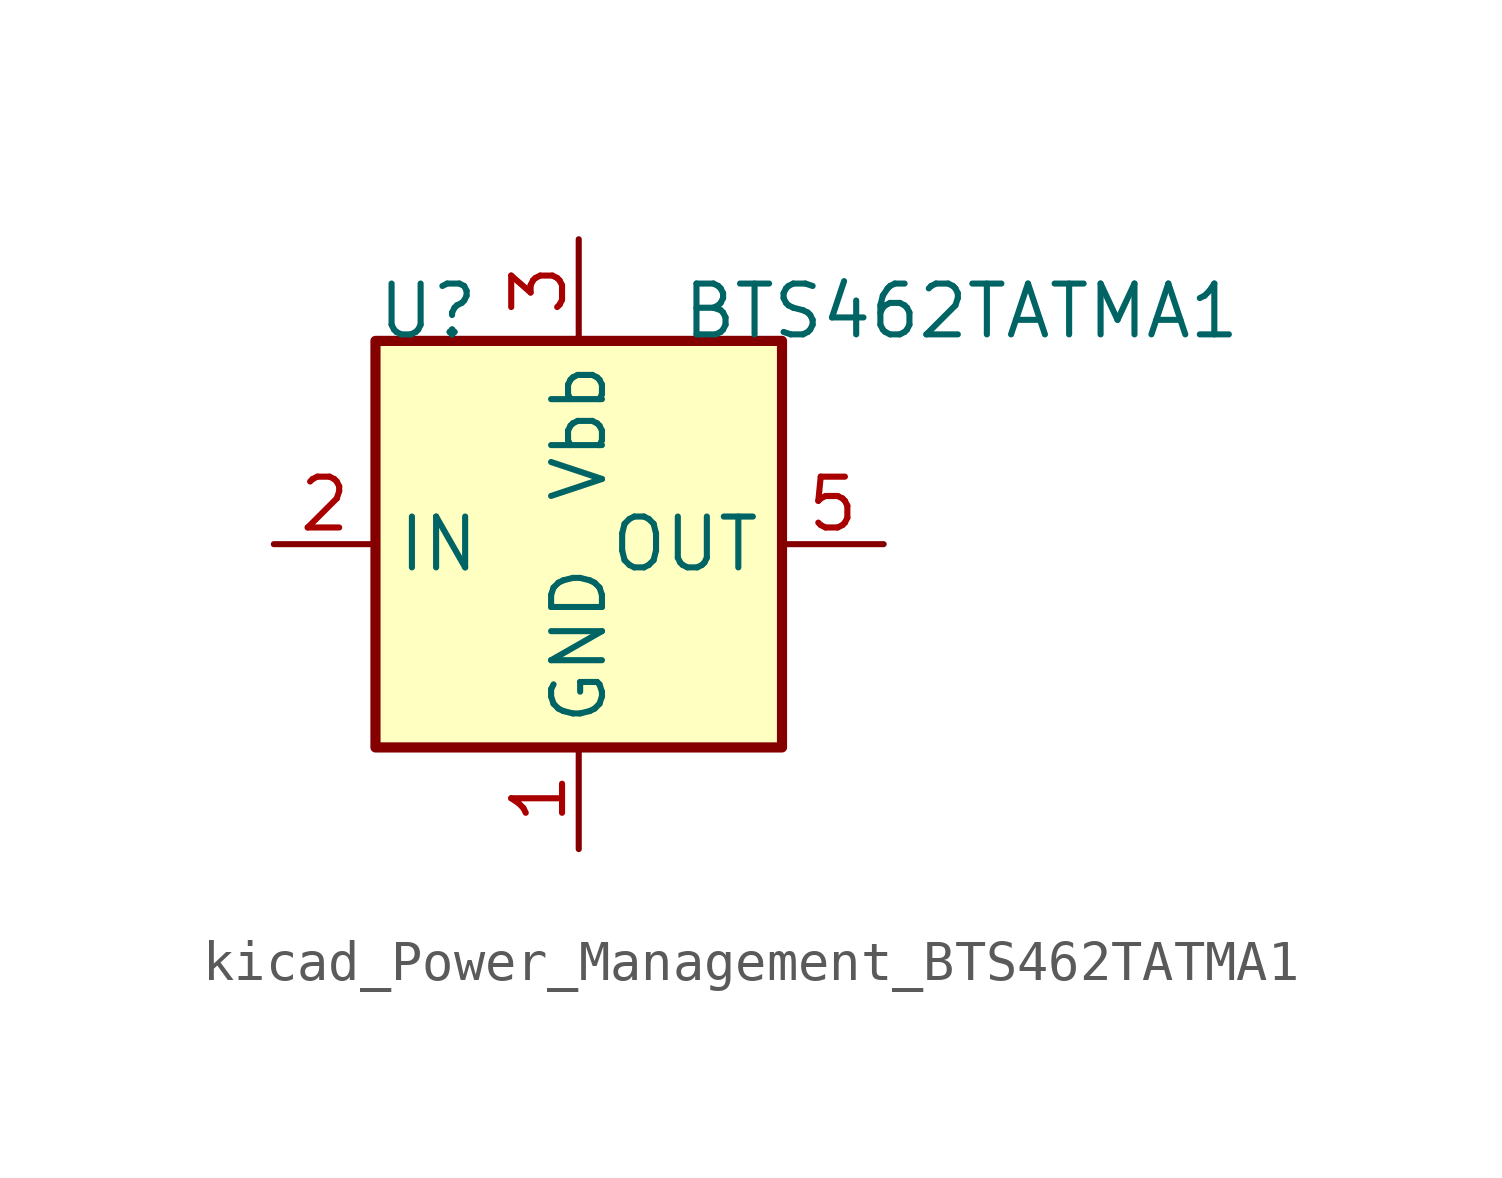
<source format=kicad_sym>
(kicad_symbol_lib
  (version 20220914)
  (generator kicad_symbol_editor)
  (symbol "kicad_Power_Management_BTS462TATMA1"
    (property "Reference" "U"
      (at -5.08 5.08 0)
      (effects (font (size 1.27 1.27)) (justify left bottom)))
    (property "Value" "BTS462TATMA1"
      (at 2.54 5.08 0)
      (effects (font (size 1.27 1.27)) (justify left bottom)))
    (symbol "kicad_Power_Management_BTS462TATMA1_0_0"
      (rectangle (start -5.08 5.08) (end 5.08 -5.08) (stroke (width 0.254) (type default)) (fill (type background)))
      (pin power_in line (at 0 -7.62 90) (length 2.54) (name "GND" (effects (font (size 1.27 1.27)))) (number "1" (effects (font (size 1.27 1.27)))))
      (pin input line (at -7.62 0 0) (length 2.54) (name "IN" (effects (font (size 1.27 1.27)))) (number "2" (effects (font (size 1.27 1.27)))))
      (pin power_in line (at 0 7.62 270) (length 2.54) (name "Vbb" (effects (font (size 1.27 1.27)))) (number "3" (effects (font (size 1.27 1.27)))))
      (pin no_connect line (at 5.08 -2.54 180) (length 2.54) hide (name "NC" (effects (font (size 1.27 1.27)))) (number "4" (effects (font (size 1.27 1.27)))))
      (pin power_out line (at 7.62 0 180) (length 2.54) (name "OUT" (effects (font (size 1.27 1.27)))) (number "5" (effects (font (size 1.27 1.27))))))))
</source>
